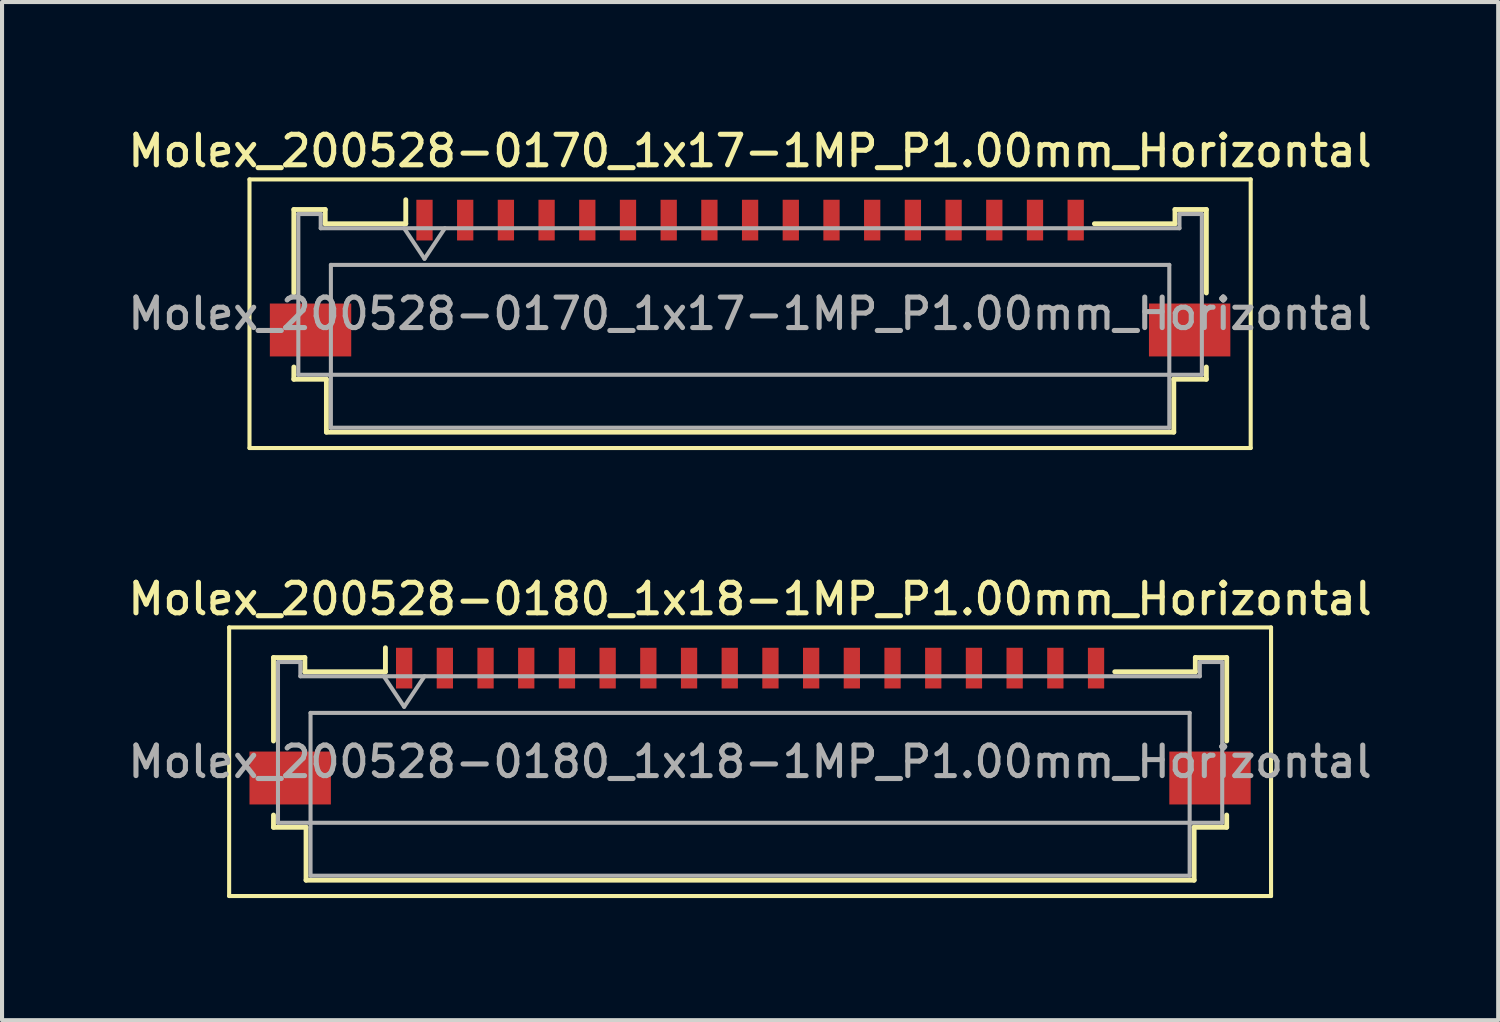
<source format=kicad_pcb>
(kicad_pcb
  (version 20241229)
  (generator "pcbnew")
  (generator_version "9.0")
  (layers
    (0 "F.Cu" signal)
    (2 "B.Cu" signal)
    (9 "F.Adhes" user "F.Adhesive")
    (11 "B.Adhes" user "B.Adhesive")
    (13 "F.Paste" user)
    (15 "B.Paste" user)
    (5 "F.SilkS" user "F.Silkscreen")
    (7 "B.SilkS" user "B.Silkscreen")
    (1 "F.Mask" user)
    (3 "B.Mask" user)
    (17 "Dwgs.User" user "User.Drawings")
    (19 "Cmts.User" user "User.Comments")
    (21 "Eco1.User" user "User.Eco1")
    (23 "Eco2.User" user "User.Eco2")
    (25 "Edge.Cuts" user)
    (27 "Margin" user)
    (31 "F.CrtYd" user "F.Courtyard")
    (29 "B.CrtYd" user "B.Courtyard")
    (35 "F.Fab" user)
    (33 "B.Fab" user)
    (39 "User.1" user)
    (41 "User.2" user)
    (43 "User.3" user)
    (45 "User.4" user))
  (footprint "Molex_200528-0170_1x17-1MP_P1.00mm_Horizontal"
    (layer "F.Cu")
    (at 15.38 3.268)
    (property "Reference" "Molex_200528-0170_1x17-1MP_P1.00mm_Horizontal" (at 0 -2.61 0) (layer "F.SilkS") (effects (font (size 0.75 0.75) (thickness 0.125))))
    (attr smd)
    (fp_line (start -12.3 -1.91) (end -12.3 4.69) (stroke (width 0.1) (type solid)) (layer "F.SilkS"))
    (fp_line (start -12.3 4.69) (end 12.3 4.69) (stroke (width 0.1) (type solid)) (layer "F.SilkS"))
    (fp_line (start -11.21 -1.17) (end -11.21 0.88) (stroke (width 0.12) (type solid)) (layer "F.SilkS"))
    (fp_line (start -11.21 2.7) (end -11.21 3) (stroke (width 0.12) (type solid)) (layer "F.SilkS"))
    (fp_line (start -11.21 3) (end -10.41 3) (stroke (width 0.12) (type solid)) (layer "F.SilkS"))
    (fp_line (start -10.44 -1.17) (end -11.21 -1.17) (stroke (width 0.12) (type solid)) (layer "F.SilkS"))
    (fp_line (start -10.44 -0.82) (end -10.44 -1.17) (stroke (width 0.12) (type solid)) (layer "F.SilkS"))
    (fp_line (start -10.41 3) (end -10.41 4.3) (stroke (width 0.12) (type solid)) (layer "F.SilkS"))
    (fp_line (start -10.41 4.3) (end 10.41 4.3) (stroke (width 0.12) (type solid)) (layer "F.SilkS"))
    (fp_line (start -8.46 -1.41) (end -8.46 -0.82) (stroke (width 0.12) (type solid)) (layer "F.SilkS"))
    (fp_line (start -8.46 -0.82) (end -10.44 -0.82) (stroke (width 0.12) (type solid)) (layer "F.SilkS"))
    (fp_line (start 10.41 3) (end 11.21 3) (stroke (width 0.12) (type solid)) (layer "F.SilkS"))
    (fp_line (start 10.41 4.3) (end 10.41 3) (stroke (width 0.12) (type solid)) (layer "F.SilkS"))
    (fp_line (start 10.44 -1.17) (end 10.44 -0.82) (stroke (width 0.12) (type solid)) (layer "F.SilkS"))
    (fp_line (start 10.44 -0.82) (end 8.46 -0.82) (stroke (width 0.12) (type solid)) (layer "F.SilkS"))
    (fp_line (start 11.21 -1.17) (end 10.44 -1.17) (stroke (width 0.12) (type solid)) (layer "F.SilkS"))
    (fp_line (start 11.21 0.88) (end 11.21 -1.17) (stroke (width 0.12) (type solid)) (layer "F.SilkS"))
    (fp_line (start 11.21 3) (end 11.21 2.7) (stroke (width 0.12) (type solid)) (layer "F.SilkS"))
    (fp_line (start 12.3 -1.91) (end -12.3 -1.91) (stroke (width 0.1) (type solid)) (layer "F.SilkS"))
    (fp_line (start 12.3 4.69) (end 12.3 -1.91) (stroke (width 0.1) (type solid)) (layer "F.SilkS"))
    (fp_line (start -11.1 -1.06) (end -11.1 2.89) (stroke (width 0.1) (type solid)) (layer "F.Fab"))
    (fp_line (start -11.1 2.89) (end 11.1 2.89) (stroke (width 0.1) (type solid)) (layer "F.Fab"))
    (fp_line (start -10.55 -1.06) (end -11.1 -1.06) (stroke (width 0.1) (type solid)) (layer "F.Fab"))
    (fp_line (start -10.55 -0.71) (end -10.55 -1.06) (stroke (width 0.1) (type solid)) (layer "F.Fab"))
    (fp_line (start -10.3 0.19) (end -10.3 4.19) (stroke (width 0.1) (type solid)) (layer "F.Fab"))
    (fp_line (start -10.3 4.19) (end 10.3 4.19) (stroke (width 0.1) (type solid)) (layer "F.Fab"))
    (fp_line (start -8.5 -0.71) (end -8 0.04) (stroke (width 0.1) (type solid)) (layer "F.Fab"))
    (fp_line (start -8 0.04) (end -7.5 -0.71) (stroke (width 0.1) (type solid)) (layer "F.Fab"))
    (fp_line (start 10.3 0.19) (end -10.3 0.19) (stroke (width 0.1) (type solid)) (layer "F.Fab"))
    (fp_line (start 10.3 4.19) (end 10.3 0.19) (stroke (width 0.1) (type solid)) (layer "F.Fab"))
    (fp_line (start 10.55 -1.06) (end 10.55 -0.71) (stroke (width 0.1) (type solid)) (layer "F.Fab"))
    (fp_line (start 10.55 -0.71) (end -10.55 -0.71) (stroke (width 0.1) (type solid)) (layer "F.Fab"))
    (fp_line (start 11.1 -1.06) (end 10.55 -1.06) (stroke (width 0.1) (type solid)) (layer "F.Fab"))
    (fp_line (start 11.1 2.89) (end 11.1 -1.06) (stroke (width 0.1) (type solid)) (layer "F.Fab"))
    (fp_text user "${REFERENCE}" (at 0 1.39 0) (layer "F.Fab") (effects (font (size 0.75 0.75) (thickness 0.125))))
    (pad "1" smd rect (at -8 -0.91) (size 0.4 1) (layers "F.Cu" "F.Mask" "F.Paste"))
    (pad "2" smd rect (at -7 -0.91) (size 0.4 1) (layers "F.Cu" "F.Mask" "F.Paste"))
    (pad "3" smd rect (at -6 -0.91) (size 0.4 1) (layers "F.Cu" "F.Mask" "F.Paste"))
    (pad "4" smd rect (at -5 -0.91) (size 0.4 1) (layers "F.Cu" "F.Mask" "F.Paste"))
    (pad "5" smd rect (at -4 -0.91) (size 0.4 1) (layers "F.Cu" "F.Mask" "F.Paste"))
    (pad "6" smd rect (at -3 -0.91) (size 0.4 1) (layers "F.Cu" "F.Mask" "F.Paste"))
    (pad "7" smd rect (at -2 -0.91) (size 0.4 1) (layers "F.Cu" "F.Mask" "F.Paste"))
    (pad "8" smd rect (at -1 -0.91) (size 0.4 1) (layers "F.Cu" "F.Mask" "F.Paste"))
    (pad "9" smd rect (at 0 -0.91) (size 0.4 1) (layers "F.Cu" "F.Mask" "F.Paste"))
    (pad "10" smd rect (at 1 -0.91) (size 0.4 1) (layers "F.Cu" "F.Mask" "F.Paste"))
    (pad "11" smd rect (at 2 -0.91) (size 0.4 1) (layers "F.Cu" "F.Mask" "F.Paste"))
    (pad "12" smd rect (at 3 -0.91) (size 0.4 1) (layers "F.Cu" "F.Mask" "F.Paste"))
    (pad "13" smd rect (at 4 -0.91) (size 0.4 1) (layers "F.Cu" "F.Mask" "F.Paste"))
    (pad "14" smd rect (at 5 -0.91) (size 0.4 1) (layers "F.Cu" "F.Mask" "F.Paste"))
    (pad "15" smd rect (at 6 -0.91) (size 0.4 1) (layers "F.Cu" "F.Mask" "F.Paste"))
    (pad "16" smd rect (at 7 -0.91) (size 0.4 1) (layers "F.Cu" "F.Mask" "F.Paste"))
    (pad "17" smd rect (at 8 -0.91) (size 0.4 1) (layers "F.Cu" "F.Mask" "F.Paste"))
    (pad "MP" smd rect (at -10.8 1.79) (size 2 1.3) (layers "F.Cu" "F.Mask" "F.Paste"))
    (pad "MP" smd rect (at 10.8 1.79) (size 2 1.3) (layers "F.Cu" "F.Mask" "F.Paste")))
  (footprint "Molex_200528-0180_1x18-1MP_P1.00mm_Horizontal"
    (layer "F.Cu")
    (at 15.38 14.276)
    (property "Reference" "Molex_200528-0180_1x18-1MP_P1.00mm_Horizontal" (at 0 -2.61 0) (layer "F.SilkS") (effects (font (size 0.75 0.75) (thickness 0.125))))
    (attr smd)
    (fp_line (start -12.8 -1.91) (end -12.8 4.69) (stroke (width 0.1) (type solid)) (layer "F.SilkS"))
    (fp_line (start -12.8 4.69) (end 12.8 4.69) (stroke (width 0.1) (type solid)) (layer "F.SilkS"))
    (fp_line (start -11.71 -1.17) (end -11.71 0.88) (stroke (width 0.12) (type solid)) (layer "F.SilkS"))
    (fp_line (start -11.71 2.7) (end -11.71 3) (stroke (width 0.12) (type solid)) (layer "F.SilkS"))
    (fp_line (start -11.71 3) (end -10.91 3) (stroke (width 0.12) (type solid)) (layer "F.SilkS"))
    (fp_line (start -10.94 -1.17) (end -11.71 -1.17) (stroke (width 0.12) (type solid)) (layer "F.SilkS"))
    (fp_line (start -10.94 -0.82) (end -10.94 -1.17) (stroke (width 0.12) (type solid)) (layer "F.SilkS"))
    (fp_line (start -10.91 3) (end -10.91 4.3) (stroke (width 0.12) (type solid)) (layer "F.SilkS"))
    (fp_line (start -10.91 4.3) (end 10.91 4.3) (stroke (width 0.12) (type solid)) (layer "F.SilkS"))
    (fp_line (start -8.96 -1.41) (end -8.96 -0.82) (stroke (width 0.12) (type solid)) (layer "F.SilkS"))
    (fp_line (start -8.96 -0.82) (end -10.94 -0.82) (stroke (width 0.12) (type solid)) (layer "F.SilkS"))
    (fp_line (start 10.91 3) (end 11.71 3) (stroke (width 0.12) (type solid)) (layer "F.SilkS"))
    (fp_line (start 10.91 4.3) (end 10.91 3) (stroke (width 0.12) (type solid)) (layer "F.SilkS"))
    (fp_line (start 10.94 -1.17) (end 10.94 -0.82) (stroke (width 0.12) (type solid)) (layer "F.SilkS"))
    (fp_line (start 10.94 -0.82) (end 8.96 -0.82) (stroke (width 0.12) (type solid)) (layer "F.SilkS"))
    (fp_line (start 11.71 -1.17) (end 10.94 -1.17) (stroke (width 0.12) (type solid)) (layer "F.SilkS"))
    (fp_line (start 11.71 0.88) (end 11.71 -1.17) (stroke (width 0.12) (type solid)) (layer "F.SilkS"))
    (fp_line (start 11.71 3) (end 11.71 2.7) (stroke (width 0.12) (type solid)) (layer "F.SilkS"))
    (fp_line (start 12.8 -1.91) (end -12.8 -1.91) (stroke (width 0.1) (type solid)) (layer "F.SilkS"))
    (fp_line (start 12.8 4.69) (end 12.8 -1.91) (stroke (width 0.1) (type solid)) (layer "F.SilkS"))
    (fp_line (start -11.6 -1.06) (end -11.6 2.89) (stroke (width 0.1) (type solid)) (layer "F.Fab"))
    (fp_line (start -11.6 2.89) (end 11.6 2.89) (stroke (width 0.1) (type solid)) (layer "F.Fab"))
    (fp_line (start -11.05 -1.06) (end -11.6 -1.06) (stroke (width 0.1) (type solid)) (layer "F.Fab"))
    (fp_line (start -11.05 -0.71) (end -11.05 -1.06) (stroke (width 0.1) (type solid)) (layer "F.Fab"))
    (fp_line (start -10.8 0.19) (end -10.8 4.19) (stroke (width 0.1) (type solid)) (layer "F.Fab"))
    (fp_line (start -10.8 4.19) (end 10.8 4.19) (stroke (width 0.1) (type solid)) (layer "F.Fab"))
    (fp_line (start -9 -0.71) (end -8.5 0.04) (stroke (width 0.1) (type solid)) (layer "F.Fab"))
    (fp_line (start -8.5 0.04) (end -8 -0.71) (stroke (width 0.1) (type solid)) (layer "F.Fab"))
    (fp_line (start 10.8 0.19) (end -10.8 0.19) (stroke (width 0.1) (type solid)) (layer "F.Fab"))
    (fp_line (start 10.8 4.19) (end 10.8 0.19) (stroke (width 0.1) (type solid)) (layer "F.Fab"))
    (fp_line (start 11.05 -1.06) (end 11.05 -0.71) (stroke (width 0.1) (type solid)) (layer "F.Fab"))
    (fp_line (start 11.05 -0.71) (end -11.05 -0.71) (stroke (width 0.1) (type solid)) (layer "F.Fab"))
    (fp_line (start 11.6 -1.06) (end 11.05 -1.06) (stroke (width 0.1) (type solid)) (layer "F.Fab"))
    (fp_line (start 11.6 2.89) (end 11.6 -1.06) (stroke (width 0.1) (type solid)) (layer "F.Fab"))
    (fp_text user "${REFERENCE}" (at 0 1.39 0) (layer "F.Fab") (effects (font (size 0.75 0.75) (thickness 0.125))))
    (pad "1" smd rect (at -8.5 -0.91) (size 0.4 1) (layers "F.Cu" "F.Mask" "F.Paste"))
    (pad "2" smd rect (at -7.5 -0.91) (size 0.4 1) (layers "F.Cu" "F.Mask" "F.Paste"))
    (pad "3" smd rect (at -6.5 -0.91) (size 0.4 1) (layers "F.Cu" "F.Mask" "F.Paste"))
    (pad "4" smd rect (at -5.5 -0.91) (size 0.4 1) (layers "F.Cu" "F.Mask" "F.Paste"))
    (pad "5" smd rect (at -4.5 -0.91) (size 0.4 1) (layers "F.Cu" "F.Mask" "F.Paste"))
    (pad "6" smd rect (at -3.5 -0.91) (size 0.4 1) (layers "F.Cu" "F.Mask" "F.Paste"))
    (pad "7" smd rect (at -2.5 -0.91) (size 0.4 1) (layers "F.Cu" "F.Mask" "F.Paste"))
    (pad "8" smd rect (at -1.5 -0.91) (size 0.4 1) (layers "F.Cu" "F.Mask" "F.Paste"))
    (pad "9" smd rect (at -0.5 -0.91) (size 0.4 1) (layers "F.Cu" "F.Mask" "F.Paste"))
    (pad "10" smd rect (at 0.5 -0.91) (size 0.4 1) (layers "F.Cu" "F.Mask" "F.Paste"))
    (pad "11" smd rect (at 1.5 -0.91) (size 0.4 1) (layers "F.Cu" "F.Mask" "F.Paste"))
    (pad "12" smd rect (at 2.5 -0.91) (size 0.4 1) (layers "F.Cu" "F.Mask" "F.Paste"))
    (pad "13" smd rect (at 3.5 -0.91) (size 0.4 1) (layers "F.Cu" "F.Mask" "F.Paste"))
    (pad "14" smd rect (at 4.5 -0.91) (size 0.4 1) (layers "F.Cu" "F.Mask" "F.Paste"))
    (pad "15" smd rect (at 5.5 -0.91) (size 0.4 1) (layers "F.Cu" "F.Mask" "F.Paste"))
    (pad "16" smd rect (at 6.5 -0.91) (size 0.4 1) (layers "F.Cu" "F.Mask" "F.Paste"))
    (pad "17" smd rect (at 7.5 -0.91) (size 0.4 1) (layers "F.Cu" "F.Mask" "F.Paste"))
    (pad "18" smd rect (at 8.5 -0.91) (size 0.4 1) (layers "F.Cu" "F.Mask" "F.Paste"))
    (pad "MP" smd rect (at -11.3 1.79) (size 2 1.3) (layers "F.Cu" "F.Mask" "F.Paste"))
    (pad "MP" smd rect (at 11.3 1.79) (size 2 1.3) (layers "F.Cu" "F.Mask" "F.Paste")))
  (gr_rect
    (start -3 -3)
    (end 33.761 22.016)
    (stroke (width 0.1) (type default))
    (fill no)
    (layer "Edge.Cuts")))
</source>
